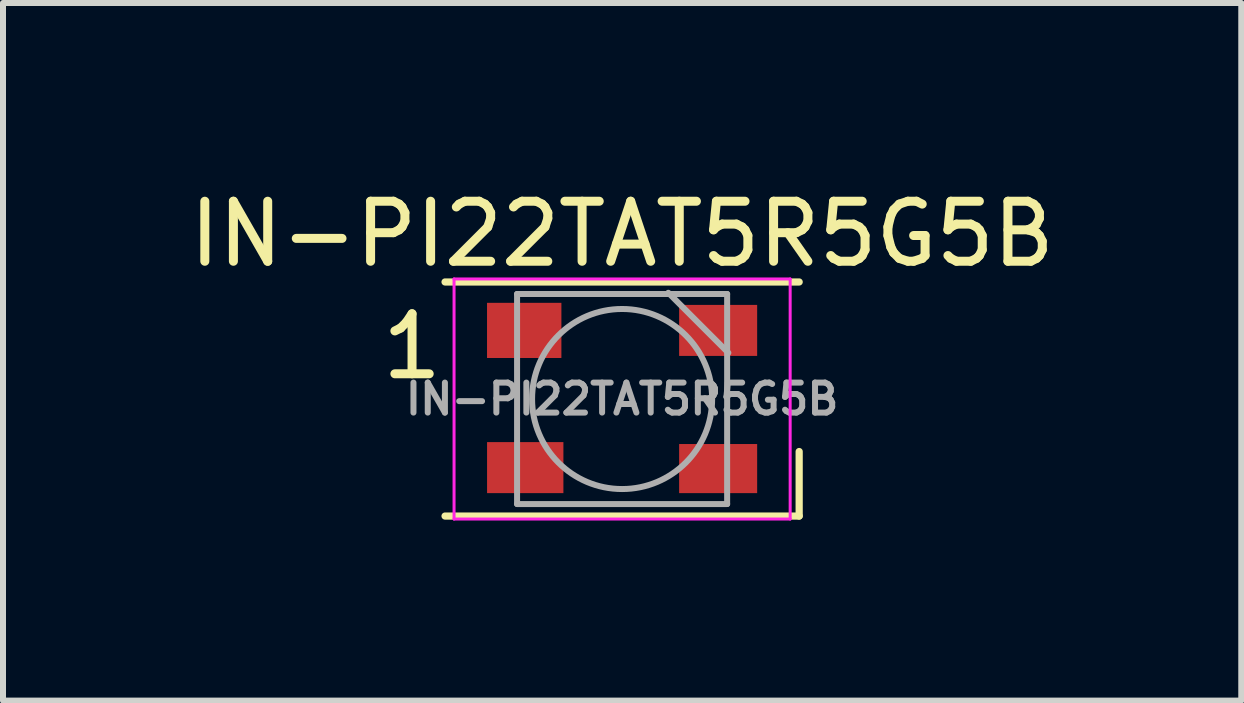
<source format=kicad_pcb>
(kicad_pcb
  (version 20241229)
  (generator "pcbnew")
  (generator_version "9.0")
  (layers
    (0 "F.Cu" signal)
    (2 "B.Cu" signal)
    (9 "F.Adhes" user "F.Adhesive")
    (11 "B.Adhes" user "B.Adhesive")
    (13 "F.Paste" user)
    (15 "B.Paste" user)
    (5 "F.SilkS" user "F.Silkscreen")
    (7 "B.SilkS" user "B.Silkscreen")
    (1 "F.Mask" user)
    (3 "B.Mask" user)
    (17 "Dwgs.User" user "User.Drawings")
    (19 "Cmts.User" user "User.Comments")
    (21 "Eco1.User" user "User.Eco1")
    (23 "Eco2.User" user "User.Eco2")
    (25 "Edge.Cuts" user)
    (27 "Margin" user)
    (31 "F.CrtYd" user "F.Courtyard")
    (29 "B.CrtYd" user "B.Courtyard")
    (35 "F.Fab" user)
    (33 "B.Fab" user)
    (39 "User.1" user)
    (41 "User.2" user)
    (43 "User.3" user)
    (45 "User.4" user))
  (footprint "IN-PI22TAT5R5G5B"
    (layer "F.Cu")
    (at 7.315 3.598)
    (property "Reference" "IN-PI22TAT5R5G5B" (at 0 -2.75 0) (layer "F.SilkS") (effects (font (size 1 1) (thickness 0.15))))
    (attr smd)
    (fp_line (start -2.95 -1.95) (end 2.95 -1.95) (stroke (width 0.12) (type solid)) (layer "F.SilkS"))
    (fp_line (start -2.95 1.95) (end 2.95 1.95) (stroke (width 0.12) (type solid)) (layer "F.SilkS"))
    (fp_line (start 2.95 1.95) (end 2.95 0.875) (stroke (width 0.12) (type solid)) (layer "F.SilkS"))
    (fp_line (start -2.8 -2) (end -2.8 2) (stroke (width 0.05) (type solid)) (layer "F.CrtYd"))
    (fp_line (start -2.8 2) (end 2.8 2) (stroke (width 0.05) (type solid)) (layer "F.CrtYd"))
    (fp_line (start 2.8 -2) (end -2.8 -2) (stroke (width 0.05) (type solid)) (layer "F.CrtYd"))
    (fp_line (start 2.8 2) (end 2.8 -2) (stroke (width 0.05) (type solid)) (layer "F.CrtYd"))
    (fp_line (start -1.75 -1.75) (end -1.75 1.75) (stroke (width 0.1) (type solid)) (layer "F.Fab"))
    (fp_line (start -1.75 1.75) (end 1.75 1.75) (stroke (width 0.1) (type solid)) (layer "F.Fab"))
    (fp_line (start 1.75 -1.75) (end -1.75 -1.75) (stroke (width 0.1) (type solid)) (layer "F.Fab"))
    (fp_line (start 1.75 1.75) (end 1.75 -1.75) (stroke (width 0.1) (type solid)) (layer "F.Fab"))
    (fp_line (start 1.77 -0.77) (end 0.77 -1.77) (stroke (width 0.1) (type solid)) (layer "F.Fab"))
    (fp_circle (center 0 0) (end 0 -1.5) (stroke (width 0.1) (type solid)) (fill no) (layer "F.Fab"))
    (fp_text user "1" (at -3.5 -0.875 0) (layer "F.SilkS") (effects (font (size 1 1) (thickness 0.15))))
    (fp_text user "${REFERENCE}" (at 0 0 0) (layer "F.Fab") (effects (font (size 0.5 0.5) (thickness 0.1))))
    (pad "1" smd rect (at 1.6 1.159) (size 1.3 0.818) (layers "F.Cu" "F.Mask" "F.Paste"))
    (pad "2" smd rect (at 1.6 -1.143) (size 1.3 0.85) (layers "F.Cu" "F.Mask" "F.Paste"))
    (pad "3" smd rect (at -1.631 -1.143) (size 1.239 0.919) (layers "F.Cu" "F.Mask" "F.Paste"))
    (pad "4" smd rect (at -1.614 1.143) (size 1.272 0.85) (layers "F.Cu" "F.Mask" "F.Paste")))
  (gr_rect
    (start -3 -3)
    (end 17.631 8.623)
    (stroke (width 0.1) (type default))
    (fill no)
    (layer "Edge.Cuts")))
</source>
